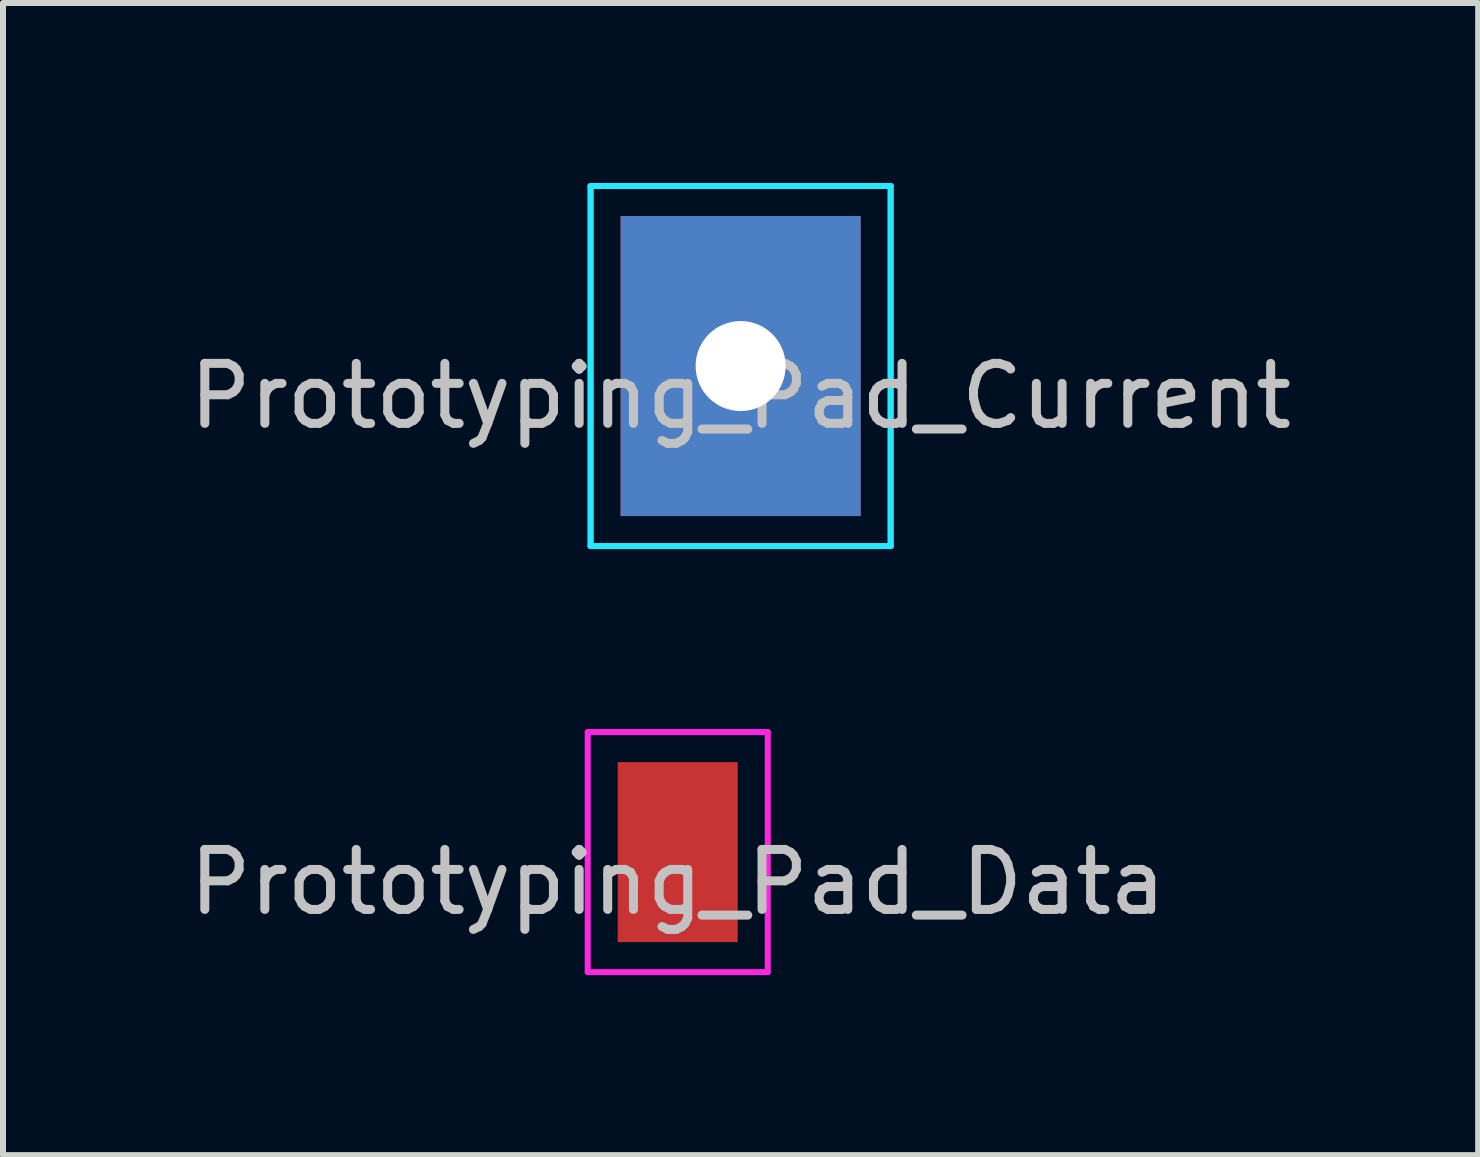
<source format=kicad_pcb>
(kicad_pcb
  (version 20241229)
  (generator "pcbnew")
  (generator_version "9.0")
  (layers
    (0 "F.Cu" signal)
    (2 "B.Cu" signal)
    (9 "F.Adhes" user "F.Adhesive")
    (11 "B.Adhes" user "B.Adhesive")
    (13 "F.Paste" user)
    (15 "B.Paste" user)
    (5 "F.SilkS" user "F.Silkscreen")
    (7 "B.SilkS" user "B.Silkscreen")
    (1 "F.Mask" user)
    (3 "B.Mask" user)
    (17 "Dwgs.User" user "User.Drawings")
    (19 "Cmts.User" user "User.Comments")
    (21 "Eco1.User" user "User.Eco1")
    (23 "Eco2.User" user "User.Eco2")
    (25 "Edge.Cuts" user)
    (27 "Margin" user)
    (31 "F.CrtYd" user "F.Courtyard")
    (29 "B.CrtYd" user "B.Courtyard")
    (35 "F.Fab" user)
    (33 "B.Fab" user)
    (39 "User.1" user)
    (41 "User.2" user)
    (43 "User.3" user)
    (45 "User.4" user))
  (footprint "Prototyping_Pad_Current"
    (layer "F.Cu")
    (at 9.292 3.05)
    (property "Reference" "Prototyping_Pad_Current" (at 0 0.5 0) (layer "Dwgs.User") (effects (font (size 1 1) (thickness 0.15))))
    (attr through_hole)
    (fp_line (start -2.5 -3) (end 2.5 -3) (stroke (width 0.1) (type solid)) (layer "B.CrtYd"))
    (fp_line (start -2.5 3) (end -2.5 -3) (stroke (width 0.1) (type solid)) (layer "B.CrtYd"))
    (fp_line (start 2.5 -3) (end 2.5 3) (stroke (width 0.1) (type solid)) (layer "B.CrtYd"))
    (fp_line (start 2.5 3) (end -2.5 3) (stroke (width 0.1) (type solid)) (layer "B.CrtYd"))
    (fp_line (start -2.5 -3) (end 2.5 -3) (stroke (width 0.1) (type solid)) (layer "F.CrtYd"))
    (fp_line (start -2.5 3) (end -2.5 -3) (stroke (width 0.1) (type solid)) (layer "F.CrtYd"))
    (fp_line (start 2.5 -3) (end 2.5 3) (stroke (width 0.1) (type solid)) (layer "F.CrtYd"))
    (fp_line (start 2.5 3) (end -2.5 3) (stroke (width 0.1) (type solid)) (layer "F.CrtYd"))
    (pad "1" thru_hole rect (at 0 0) (size 4 5) (drill 1.5) (layers "*.Cu" "*.Mask")))
  (footprint "Prototyping_Pad_Data"
    (layer "F.Cu")
    (at 8.244 11.15)
    (property "Reference" "Prototyping_Pad_Data" (at 0 0.5 0) (layer "Dwgs.User") (effects (font (size 1 1) (thickness 0.15))))
    (attr smd)
    (fp_line (start -1.5 2) (end -1.5 -2) (stroke (width 0.1) (type solid)) (layer "F.CrtYd"))
    (fp_line (start 1.5 -2) (end -1.5 -2) (stroke (width 0.1) (type solid)) (layer "F.CrtYd"))
    (fp_line (start 1.5 -2) (end 1.5 2) (stroke (width 0.1) (type solid)) (layer "F.CrtYd"))
    (fp_line (start 1.5 2) (end -1.5 2) (stroke (width 0.1) (type solid)) (layer "F.CrtYd"))
    (pad "1" smd rect (at 0 0) (size 2 3) (layers "F.Cu" "F.Mask" "F.Paste")))
  (gr_rect
    (start -3 -3)
    (end 21.583 16.2)
    (stroke (width 0.1) (type default))
    (fill no)
    (layer "Edge.Cuts")))
</source>
